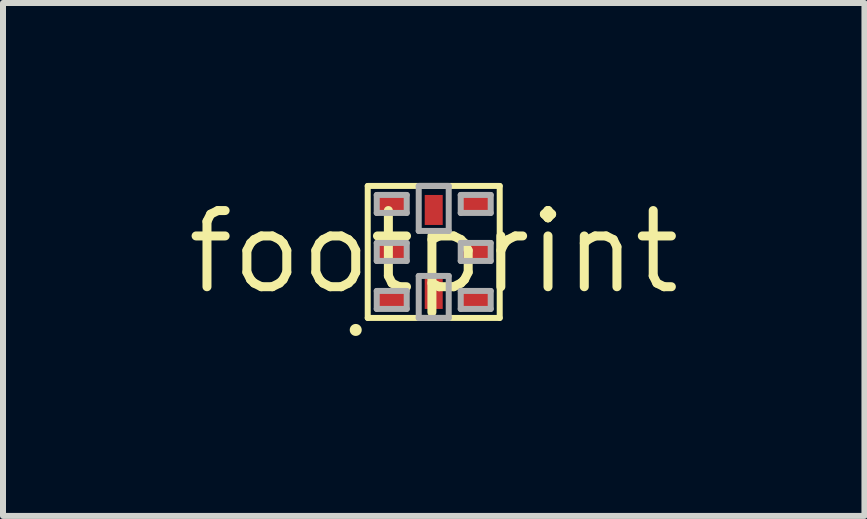
<source format=kicad_pcb>
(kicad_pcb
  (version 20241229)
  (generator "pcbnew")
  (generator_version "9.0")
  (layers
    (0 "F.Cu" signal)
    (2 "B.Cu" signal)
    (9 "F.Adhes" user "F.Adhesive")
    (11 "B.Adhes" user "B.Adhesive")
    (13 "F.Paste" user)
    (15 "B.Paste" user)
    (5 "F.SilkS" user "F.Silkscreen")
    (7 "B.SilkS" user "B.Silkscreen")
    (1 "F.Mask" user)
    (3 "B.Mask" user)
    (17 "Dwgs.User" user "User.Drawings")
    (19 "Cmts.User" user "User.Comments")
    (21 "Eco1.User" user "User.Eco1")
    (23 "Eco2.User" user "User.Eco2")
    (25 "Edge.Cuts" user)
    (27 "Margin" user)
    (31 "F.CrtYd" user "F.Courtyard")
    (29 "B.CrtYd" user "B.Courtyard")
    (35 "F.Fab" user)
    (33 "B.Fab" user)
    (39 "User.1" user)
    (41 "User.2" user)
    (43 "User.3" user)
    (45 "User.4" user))
  (footprint "footprint"
    (layer "F.Cu")
    (at 4.18 1.15)
    (property "Reference" "footprint" (at 0 0 0) (layer "F.SilkS") (effects (font (size 1.27 1.27) (thickness 0.15))))
    (fp_line (start -1.1 -1.1) (end -0.25 -1.1) (stroke (width 0.1) (type solid)) (layer "F.SilkS"))
    (fp_line (start -1.1 1.1) (end -1.1 -1.1) (stroke (width 0.1) (type solid)) (layer "F.SilkS"))
    (fp_line (start -0.25 -1.1) (end 0.25 -1.1) (stroke (width 0.1) (type solid)) (layer "F.SilkS"))
    (fp_line (start -0.25 1.1) (end -1.1 1.1) (stroke (width 0.1) (type solid)) (layer "F.SilkS"))
    (fp_line (start 0.25 -1.1) (end 1.1 -1.1) (stroke (width 0.1) (type solid)) (layer "F.SilkS"))
    (fp_line (start 0.25 1.1) (end -0.25 1.1) (stroke (width 0.1) (type solid)) (layer "F.SilkS"))
    (fp_line (start 1.1 -1.1) (end 1.1 1.1) (stroke (width 0.1) (type solid)) (layer "F.SilkS"))
    (fp_line (start 1.1 1.1) (end 0.25 1.1) (stroke (width 0.1) (type solid)) (layer "F.SilkS"))
    (fp_circle (center -1.3 1.3) (end -1.25 1.3) (stroke (width 0.1) (type solid)) (fill yes) (layer "F.SilkS"))
    (fp_line (start -0.95 -0.95) (end -0.95 -0.65) (stroke (width 0.1) (type solid)) (layer "F.Fab"))
    (fp_line (start -0.95 -0.65) (end -0.45 -0.65) (stroke (width 0.1) (type solid)) (layer "F.Fab"))
    (fp_line (start -0.95 -0.15) (end -0.95 0.15) (stroke (width 0.1) (type solid)) (layer "F.Fab"))
    (fp_line (start -0.95 0.15) (end -0.45 0.15) (stroke (width 0.1) (type solid)) (layer "F.Fab"))
    (fp_line (start -0.95 0.65) (end -0.95 0.95) (stroke (width 0.1) (type solid)) (layer "F.Fab"))
    (fp_line (start -0.95 0.95) (end -0.45 0.95) (stroke (width 0.1) (type solid)) (layer "F.Fab"))
    (fp_line (start -0.45 -0.95) (end -0.95 -0.95) (stroke (width 0.1) (type solid)) (layer "F.Fab"))
    (fp_line (start -0.45 -0.65) (end -0.45 -0.95) (stroke (width 0.1) (type solid)) (layer "F.Fab"))
    (fp_line (start -0.45 -0.15) (end -0.95 -0.15) (stroke (width 0.1) (type solid)) (layer "F.Fab"))
    (fp_line (start -0.45 0.15) (end -0.45 -0.15) (stroke (width 0.1) (type solid)) (layer "F.Fab"))
    (fp_line (start -0.45 0.65) (end -0.95 0.65) (stroke (width 0.1) (type solid)) (layer "F.Fab"))
    (fp_line (start -0.45 0.95) (end -0.45 0.65) (stroke (width 0.1) (type solid)) (layer "F.Fab"))
    (fp_line (start -0.25 -1.1) (end 0.25 -1.1) (stroke (width 0.1) (type solid)) (layer "F.Fab"))
    (fp_line (start -0.25 -0.35) (end -0.25 -1.1) (stroke (width 0.1) (type solid)) (layer "F.Fab"))
    (fp_line (start -0.25 0.4) (end 0.25 0.4) (stroke (width 0.1) (type solid)) (layer "F.Fab"))
    (fp_line (start -0.25 1.1) (end -0.25 0.4) (stroke (width 0.1) (type solid)) (layer "F.Fab"))
    (fp_line (start -0.25 1.1) (end 0.25 1.1) (stroke (width 0.1) (type solid)) (layer "F.Fab"))
    (fp_line (start 0.25 -1.1) (end 0.25 -0.35) (stroke (width 0.1) (type solid)) (layer "F.Fab"))
    (fp_line (start 0.25 -0.35) (end -0.25 -0.35) (stroke (width 0.1) (type solid)) (layer "F.Fab"))
    (fp_line (start 0.25 0.4) (end 0.25 1.1) (stroke (width 0.1) (type solid)) (layer "F.Fab"))
    (fp_line (start 0.45 -0.95) (end 0.45 -0.65) (stroke (width 0.1) (type solid)) (layer "F.Fab"))
    (fp_line (start 0.45 -0.65) (end 0.95 -0.65) (stroke (width 0.1) (type solid)) (layer "F.Fab"))
    (fp_line (start 0.45 -0.15) (end 0.95 -0.15) (stroke (width 0.1) (type solid)) (layer "F.Fab"))
    (fp_line (start 0.45 0.15) (end 0.45 -0.15) (stroke (width 0.1) (type solid)) (layer "F.Fab"))
    (fp_line (start 0.45 0.65) (end 0.95 0.65) (stroke (width 0.1) (type solid)) (layer "F.Fab"))
    (fp_line (start 0.45 0.95) (end 0.45 0.65) (stroke (width 0.1) (type solid)) (layer "F.Fab"))
    (fp_line (start 0.95 -0.95) (end 0.45 -0.95) (stroke (width 0.1) (type solid)) (layer "F.Fab"))
    (fp_line (start 0.95 -0.65) (end 0.95 -0.95) (stroke (width 0.1) (type solid)) (layer "F.Fab"))
    (fp_line (start 0.95 -0.15) (end 0.95 0.15) (stroke (width 0.1) (type solid)) (layer "F.Fab"))
    (fp_line (start 0.95 0.15) (end 0.45 0.15) (stroke (width 0.1) (type solid)) (layer "F.Fab"))
    (fp_line (start 0.95 0.65) (end 0.95 0.95) (stroke (width 0.1) (type solid)) (layer "F.Fab"))
    (fp_line (start 0.95 0.95) (end 0.45 0.95) (stroke (width 0.1) (type solid)) (layer "F.Fab"))
    (pad "CKI" smd rect (at 0.7 0) (size 0.5 0.3) (layers "F.Cu" "F.Mask" "F.Paste"))
    (pad "CKO" smd rect (at -0.7 0) (size 0.5 0.3) (layers "F.Cu" "F.Mask" "F.Paste"))
    (pad "GND" smd rect (at 0.7 -0.8) (size 0.5 0.3) (layers "F.Cu" "F.Mask" "F.Paste"))
    (pad "GNDPAD" smd rect (at 0 0.7) (size 0.3 0.5) (layers "F.Cu" "F.Mask" "F.Paste"))
    (pad "SDI" smd rect (at 0.7 0.8) (size 0.5 0.3) (layers "F.Cu" "F.Mask" "F.Paste"))
    (pad "SDO" smd rect (at -0.7 0.8) (size 0.5 0.3) (layers "F.Cu" "F.Mask" "F.Paste"))
    (pad "VDD" smd rect (at -0.7 -0.8) (size 0.5 0.3) (layers "F.Cu" "F.Mask" "F.Paste"))
    (pad "VDDPAD" smd rect (at 0 -0.7) (size 0.3 0.5) (layers "F.Cu" "F.Mask" "F.Paste")))
  (gr_rect
    (start -3 -3)
    (end 11.36 5.55)
    (stroke (width 0.1) (type default))
    (fill no)
    (layer "Edge.Cuts")))
</source>
